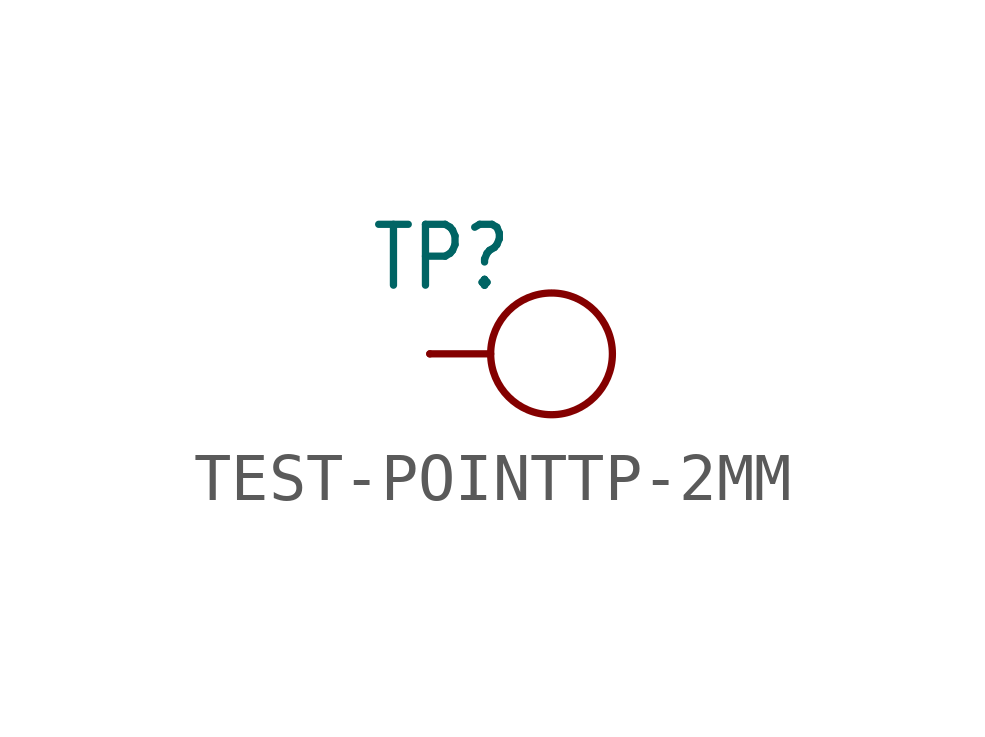
<source format=kicad_sym>
(kicad_symbol_lib
  (version 20211014)
  (generator kicad_symbol_editor)
  (symbol "TEST-POINTTP-2MM"
    (property "Reference" "TP"
      (at -3.81 1.27 0)
      (effects (font (size 1.27 1.079)) (justify left bottom)))
    (property "ki_locked" ""
      (at 0 0 0)
      (effects (font (size 1.27 1.27))))
    (symbol "TEST-POINTTP-2MM_1_0"
      (polyline (pts (xy -2.54 0) (xy -1.27 0)) (stroke (width 0.152) (type default) (color 0 0 0 0)) (fill (type none)))
      (circle (center 0 0) (radius 1.27) (stroke (width 0.152) (type default) (color 0 0 0 0)) (fill (type none)))
      (pin bidirectional line (at -2.54 0 0) (length 0) (name "T" (effects (font (size 0 0)))) (number "T" (effects (font (size 0 0))))))))
</source>
